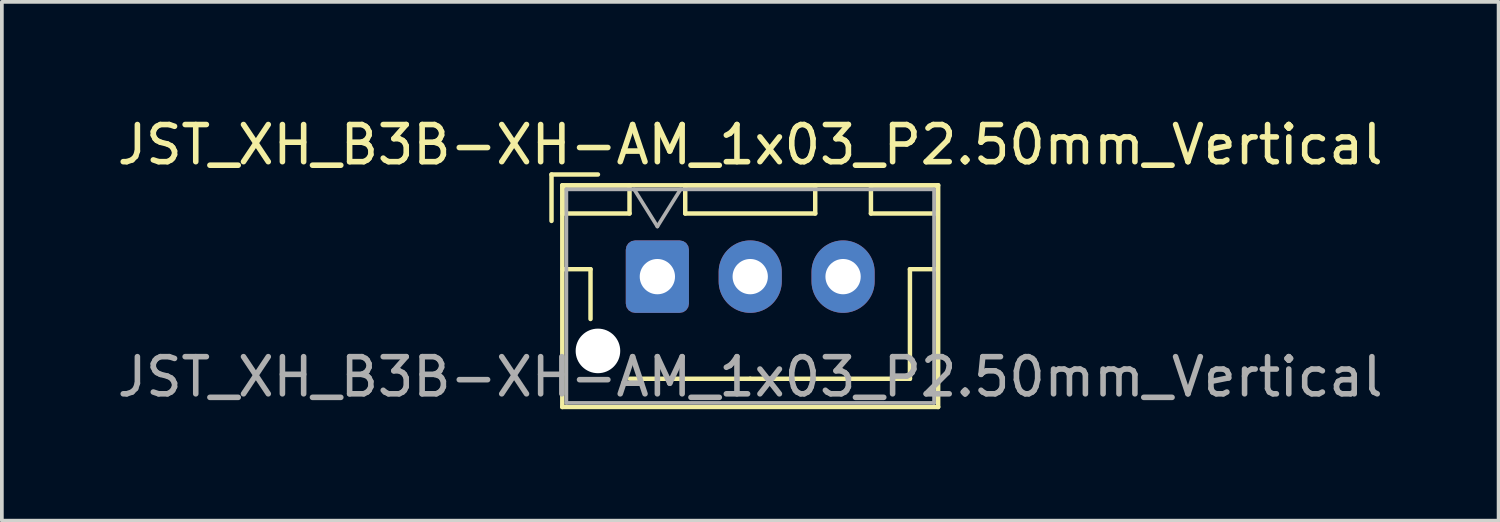
<source format=kicad_pcb>
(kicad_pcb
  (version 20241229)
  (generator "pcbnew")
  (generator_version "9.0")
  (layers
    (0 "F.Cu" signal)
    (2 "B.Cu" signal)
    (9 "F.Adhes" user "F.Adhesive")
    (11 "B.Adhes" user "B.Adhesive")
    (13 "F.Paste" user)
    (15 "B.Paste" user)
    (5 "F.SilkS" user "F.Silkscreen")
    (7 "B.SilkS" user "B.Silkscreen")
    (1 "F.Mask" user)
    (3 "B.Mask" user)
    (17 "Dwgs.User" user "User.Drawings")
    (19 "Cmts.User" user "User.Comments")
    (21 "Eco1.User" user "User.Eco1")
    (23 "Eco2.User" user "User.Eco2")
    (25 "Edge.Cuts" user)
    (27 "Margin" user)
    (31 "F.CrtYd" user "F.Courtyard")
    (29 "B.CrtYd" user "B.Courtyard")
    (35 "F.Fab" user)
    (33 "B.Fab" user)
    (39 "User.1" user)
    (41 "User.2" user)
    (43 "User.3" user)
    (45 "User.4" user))
  (footprint "JST_XH_B3B-XH-AM_1x03_P2.50mm_Vertical"
    (layer "F.Cu")
    (at 14.649 4.398)
    (property "Reference" "JST_XH_B3B-XH-AM_1x03_P2.50mm_Vertical" (at 2.5 -3.55 0) (layer "F.SilkS") (effects (font (size 1 1) (thickness 0.15))))
    (attr through_hole)
    (fp_line (start -2.85 -2.75) (end -2.85 -1.5) (stroke (width 0.12) (type solid)) (layer "F.SilkS"))
    (fp_line (start -2.56 -2.46) (end -2.56 3.51) (stroke (width 0.12) (type solid)) (layer "F.SilkS"))
    (fp_line (start -2.56 3.51) (end 7.56 3.51) (stroke (width 0.12) (type solid)) (layer "F.SilkS"))
    (fp_line (start -2.55 -2.45) (end -2.55 -1.7) (stroke (width 0.12) (type solid)) (layer "F.SilkS"))
    (fp_line (start -2.55 -1.7) (end -0.75 -1.7) (stroke (width 0.12) (type solid)) (layer "F.SilkS"))
    (fp_line (start -2.55 -0.2) (end -1.8 -0.2) (stroke (width 0.12) (type solid)) (layer "F.SilkS"))
    (fp_line (start -1.8 -0.2) (end -1.8 1.14) (stroke (width 0.12) (type solid)) (layer "F.SilkS"))
    (fp_line (start -1.6 -2.75) (end -2.85 -2.75) (stroke (width 0.12) (type solid)) (layer "F.SilkS"))
    (fp_line (start -0.75 -2.45) (end -2.55 -2.45) (stroke (width 0.12) (type solid)) (layer "F.SilkS"))
    (fp_line (start -0.75 -1.7) (end -0.75 -2.45) (stroke (width 0.12) (type solid)) (layer "F.SilkS"))
    (fp_line (start 0.75 -2.45) (end 0.75 -1.7) (stroke (width 0.12) (type solid)) (layer "F.SilkS"))
    (fp_line (start 0.75 -1.7) (end 4.25 -1.7) (stroke (width 0.12) (type solid)) (layer "F.SilkS"))
    (fp_line (start 2.5 2.75) (end -0.74 2.75) (stroke (width 0.12) (type solid)) (layer "F.SilkS"))
    (fp_line (start 4.25 -2.45) (end 0.75 -2.45) (stroke (width 0.12) (type solid)) (layer "F.SilkS"))
    (fp_line (start 4.25 -1.7) (end 4.25 -2.45) (stroke (width 0.12) (type solid)) (layer "F.SilkS"))
    (fp_line (start 5.75 -2.45) (end 5.75 -1.7) (stroke (width 0.12) (type solid)) (layer "F.SilkS"))
    (fp_line (start 5.75 -1.7) (end 7.55 -1.7) (stroke (width 0.12) (type solid)) (layer "F.SilkS"))
    (fp_line (start 6.8 -0.2) (end 6.8 2.75) (stroke (width 0.12) (type solid)) (layer "F.SilkS"))
    (fp_line (start 6.8 2.75) (end 2.5 2.75) (stroke (width 0.12) (type solid)) (layer "F.SilkS"))
    (fp_line (start 7.55 -2.45) (end 5.75 -2.45) (stroke (width 0.12) (type solid)) (layer "F.SilkS"))
    (fp_line (start 7.55 -1.7) (end 7.55 -2.45) (stroke (width 0.12) (type solid)) (layer "F.SilkS"))
    (fp_line (start 7.55 -0.2) (end 6.8 -0.2) (stroke (width 0.12) (type solid)) (layer "F.SilkS"))
    (fp_line (start 7.56 -2.46) (end -2.56 -2.46) (stroke (width 0.12) (type solid)) (layer "F.SilkS"))
    (fp_line (start 7.56 3.51) (end 7.56 -2.46) (stroke (width 0.12) (type solid)) (layer "F.SilkS"))
    (fp_line (start -2.45 -2.35) (end -2.45 3.4) (stroke (width 0.1) (type solid)) (layer "F.Fab"))
    (fp_line (start -2.45 3.4) (end 7.45 3.4) (stroke (width 0.1) (type solid)) (layer "F.Fab"))
    (fp_line (start -0.625 -2.35) (end 0 -1.35) (stroke (width 0.1) (type solid)) (layer "F.Fab"))
    (fp_line (start 0 -1.35) (end 0.625 -2.35) (stroke (width 0.1) (type solid)) (layer "F.Fab"))
    (fp_line (start 7.45 -2.35) (end -2.45 -2.35) (stroke (width 0.1) (type solid)) (layer "F.Fab"))
    (fp_line (start 7.45 3.4) (end 7.45 -2.35) (stroke (width 0.1) (type solid)) (layer "F.Fab"))
    (fp_text user "${REFERENCE}" (at 2.5 2.7 0) (layer "F.Fab") (effects (font (size 1 1) (thickness 0.15))))
    (pad "" np_thru_hole circle (at -1.6 2) (size 1.2 1.2) (drill 1.2) (layers "*.Cu" "*.Mask"))
    (pad "1" thru_hole roundrect (at 0 0) (size 1.7 1.95) (drill 0.95) (layers "*.Cu" "*.Mask") (roundrect_rratio 0.147))
    (pad "2" thru_hole oval (at 2.5 0) (size 1.7 1.95) (drill 0.95) (layers "*.Cu" "*.Mask"))
    (pad "3" thru_hole oval (at 5 0) (size 1.7 1.95) (drill 0.95) (layers "*.Cu" "*.Mask")))
  (gr_rect
    (start -3 -3)
    (end 37.298 10.968)
    (stroke (width 0.1) (type default))
    (fill no)
    (layer "Edge.Cuts")))
</source>
